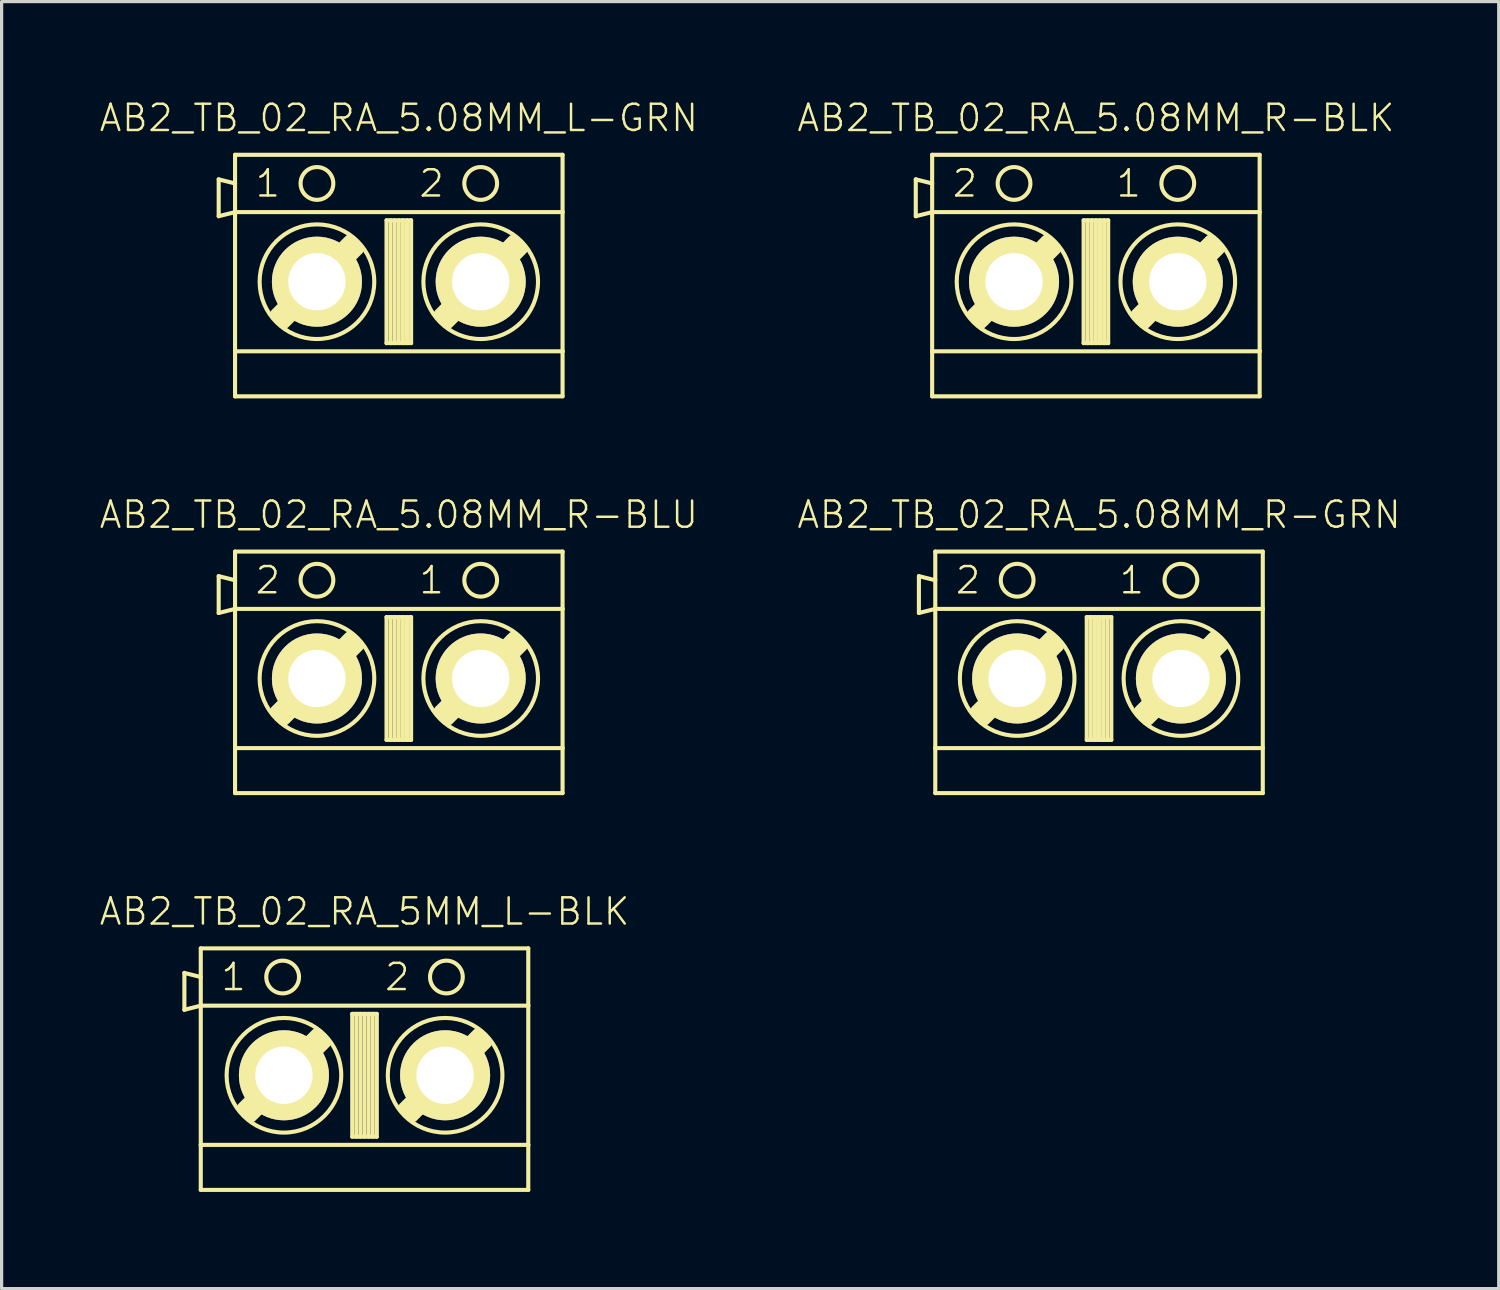
<source format=kicad_pcb>
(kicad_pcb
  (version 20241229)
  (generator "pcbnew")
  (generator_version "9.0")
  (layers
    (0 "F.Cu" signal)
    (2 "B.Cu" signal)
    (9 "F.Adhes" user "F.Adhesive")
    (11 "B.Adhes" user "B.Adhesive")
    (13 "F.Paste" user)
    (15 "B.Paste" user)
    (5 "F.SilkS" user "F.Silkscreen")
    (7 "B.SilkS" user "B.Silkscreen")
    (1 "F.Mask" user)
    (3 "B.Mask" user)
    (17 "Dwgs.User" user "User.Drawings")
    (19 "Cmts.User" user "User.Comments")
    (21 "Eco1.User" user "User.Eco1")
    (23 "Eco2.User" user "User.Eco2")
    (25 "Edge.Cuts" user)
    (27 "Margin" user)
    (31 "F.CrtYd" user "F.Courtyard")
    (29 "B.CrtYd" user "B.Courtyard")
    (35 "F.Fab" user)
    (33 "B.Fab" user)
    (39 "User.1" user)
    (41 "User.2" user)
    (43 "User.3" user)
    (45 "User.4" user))
  (footprint "AB2_TB_02_RA_5MM_L-BLK"
    (layer "F.Cu")
    (at 8.258 30.307)
    (property "Reference" "AB2_TB_02_RA_5MM_L-BLK" (at 0 -5.08 0) (layer "F.SilkS") (effects (font (size 0.813 0.813) (thickness 0.076))))
    (attr through_hole)
    (fp_line (start -5.588 -3.175) (end -5.08 -3.048) (stroke (width 0.127) (type solid)) (layer "F.SilkS"))
    (fp_line (start -5.588 -2.032) (end -5.588 -3.175) (stroke (width 0.127) (type solid)) (layer "F.SilkS"))
    (fp_line (start -5.08 -3.937) (end 5.08 -3.937) (stroke (width 0.127) (type solid)) (layer "F.SilkS"))
    (fp_line (start -5.08 -2.159) (end -5.588 -2.032) (stroke (width 0.127) (type solid)) (layer "F.SilkS"))
    (fp_line (start -5.08 -2.159) (end -5.08 -3.937) (stroke (width 0.127) (type solid)) (layer "F.SilkS"))
    (fp_line (start -5.08 -2.159) (end 5.08 -2.159) (stroke (width 0.127) (type solid)) (layer "F.SilkS"))
    (fp_line (start -5.08 2.159) (end -5.08 -2.159) (stroke (width 0.127) (type solid)) (layer "F.SilkS"))
    (fp_line (start -5.08 2.159) (end -5.08 3.556) (stroke (width 0.127) (type solid)) (layer "F.SilkS"))
    (fp_line (start -5.08 3.556) (end 5.08 3.556) (stroke (width 0.127) (type solid)) (layer "F.SilkS"))
    (fp_line (start -3.77 1.016) (end -1.484 -1.27) (stroke (width 0.381) (type solid)) (layer "F.SilkS"))
    (fp_line (start -3.643 1.143) (end -1.357 -1.143) (stroke (width 0.381) (type solid)) (layer "F.SilkS"))
    (fp_line (start -1.23 -1.016) (end -3.516 1.27) (stroke (width 0.381) (type solid)) (layer "F.SilkS"))
    (fp_line (start -0.381 -1.905) (end 0.381 -1.905) (stroke (width 0.127) (type solid)) (layer "F.SilkS"))
    (fp_line (start -0.381 1.905) (end -0.381 -1.905) (stroke (width 0.127) (type solid)) (layer "F.SilkS"))
    (fp_line (start -0.254 -1.905) (end -0.254 1.905) (stroke (width 0.127) (type solid)) (layer "F.SilkS"))
    (fp_line (start -0.127 -1.905) (end -0.127 1.905) (stroke (width 0.127) (type solid)) (layer "F.SilkS"))
    (fp_line (start 0 -1.905) (end 0 1.905) (stroke (width 0.127) (type solid)) (layer "F.SilkS"))
    (fp_line (start 0.127 -1.905) (end 0.127 1.905) (stroke (width 0.127) (type solid)) (layer "F.SilkS"))
    (fp_line (start 0.254 -1.905) (end 0.254 1.905) (stroke (width 0.127) (type solid)) (layer "F.SilkS"))
    (fp_line (start 0.381 -1.905) (end 0.381 1.905) (stroke (width 0.127) (type solid)) (layer "F.SilkS"))
    (fp_line (start 0.381 1.905) (end -0.381 1.905) (stroke (width 0.127) (type solid)) (layer "F.SilkS"))
    (fp_line (start 1.23 1.016) (end 3.516 -1.27) (stroke (width 0.381) (type solid)) (layer "F.SilkS"))
    (fp_line (start 1.357 1.143) (end 3.643 -1.143) (stroke (width 0.381) (type solid)) (layer "F.SilkS"))
    (fp_line (start 3.77 -1.016) (end 1.484 1.27) (stroke (width 0.381) (type solid)) (layer "F.SilkS"))
    (fp_line (start 5.08 -3.937) (end 5.08 -2.159) (stroke (width 0.127) (type solid)) (layer "F.SilkS"))
    (fp_line (start 5.08 -2.159) (end 5.08 2.159) (stroke (width 0.127) (type solid)) (layer "F.SilkS"))
    (fp_line (start 5.08 2.159) (end -5.08 2.159) (stroke (width 0.127) (type solid)) (layer "F.SilkS"))
    (fp_line (start 5.08 3.556) (end 5.08 2.159) (stroke (width 0.127) (type solid)) (layer "F.SilkS"))
    (fp_circle (center -2.54 -3.048) (end -2.54 -3.556) (stroke (width 0.127) (type solid)) (fill no) (layer "F.SilkS"))
    (fp_circle (center -2.5 0) (end -2.5 -1.778) (stroke (width 0.127) (type solid)) (fill no) (layer "F.SilkS"))
    (fp_circle (center 2.5 0) (end 2.5 -1.778) (stroke (width 0.127) (type solid)) (fill no) (layer "F.SilkS"))
    (fp_circle (center 2.54 -3.048) (end 2.54 -3.556) (stroke (width 0.127) (type solid)) (fill no) (layer "F.SilkS"))
    (fp_text user "1" (at -4.064 -3.048 0) (layer "F.SilkS") (effects (font (size 0.813 0.813) (thickness 0.076))))
    (fp_text user "2" (at 1.016 -3.048 0) (layer "F.SilkS") (effects (font (size 0.813 0.813) (thickness 0.076))))
    (pad "1" thru_hole circle (at -2.5 0) (size 2.794 2.794) (drill 1.778) (layers "*.Cu" "*.Mask" "F.SilkS"))
    (pad "2" thru_hole circle (at 2.5 0) (size 2.794 2.794) (drill 1.778) (layers "*.Cu" "*.Mask" "F.SilkS")))
  (footprint "AB2_TB_02_RA_5.08MM_R-GRN"
    (layer "F.Cu")
    (at 31.044 17.998)
    (property "Reference" "AB2_TB_02_RA_5.08MM_R-GRN" (at 0 -5.08 0) (layer "F.SilkS") (effects (font (size 0.813 0.813) (thickness 0.076))))
    (attr through_hole)
    (fp_line (start -5.588 -3.175) (end -5.08 -3.048) (stroke (width 0.127) (type solid)) (layer "F.SilkS"))
    (fp_line (start -5.588 -2.032) (end -5.588 -3.175) (stroke (width 0.127) (type solid)) (layer "F.SilkS"))
    (fp_line (start -5.08 -3.937) (end 5.08 -3.937) (stroke (width 0.127) (type solid)) (layer "F.SilkS"))
    (fp_line (start -5.08 -2.159) (end -5.588 -2.032) (stroke (width 0.127) (type solid)) (layer "F.SilkS"))
    (fp_line (start -5.08 -2.159) (end -5.08 -3.937) (stroke (width 0.127) (type solid)) (layer "F.SilkS"))
    (fp_line (start -5.08 -2.159) (end 5.08 -2.159) (stroke (width 0.127) (type solid)) (layer "F.SilkS"))
    (fp_line (start -5.08 2.159) (end -5.08 -2.159) (stroke (width 0.127) (type solid)) (layer "F.SilkS"))
    (fp_line (start -5.08 2.159) (end -5.08 3.556) (stroke (width 0.127) (type solid)) (layer "F.SilkS"))
    (fp_line (start -5.08 3.556) (end 5.08 3.556) (stroke (width 0.127) (type solid)) (layer "F.SilkS"))
    (fp_line (start -3.81 1.016) (end -1.524 -1.27) (stroke (width 0.381) (type solid)) (layer "F.SilkS"))
    (fp_line (start -3.683 1.143) (end -1.397 -1.143) (stroke (width 0.381) (type solid)) (layer "F.SilkS"))
    (fp_line (start -1.27 -1.016) (end -3.556 1.27) (stroke (width 0.381) (type solid)) (layer "F.SilkS"))
    (fp_line (start -0.381 -1.905) (end 0.381 -1.905) (stroke (width 0.127) (type solid)) (layer "F.SilkS"))
    (fp_line (start -0.381 1.905) (end -0.381 -1.905) (stroke (width 0.127) (type solid)) (layer "F.SilkS"))
    (fp_line (start -0.254 -1.905) (end -0.254 1.905) (stroke (width 0.127) (type solid)) (layer "F.SilkS"))
    (fp_line (start -0.127 -1.905) (end -0.127 1.905) (stroke (width 0.127) (type solid)) (layer "F.SilkS"))
    (fp_line (start 0 -1.905) (end 0 1.905) (stroke (width 0.127) (type solid)) (layer "F.SilkS"))
    (fp_line (start 0.127 -1.905) (end 0.127 1.905) (stroke (width 0.127) (type solid)) (layer "F.SilkS"))
    (fp_line (start 0.254 -1.905) (end 0.254 1.905) (stroke (width 0.127) (type solid)) (layer "F.SilkS"))
    (fp_line (start 0.381 -1.905) (end 0.381 1.905) (stroke (width 0.127) (type solid)) (layer "F.SilkS"))
    (fp_line (start 0.381 1.905) (end -0.381 1.905) (stroke (width 0.127) (type solid)) (layer "F.SilkS"))
    (fp_line (start 1.27 1.016) (end 3.556 -1.27) (stroke (width 0.381) (type solid)) (layer "F.SilkS"))
    (fp_line (start 1.397 1.143) (end 3.683 -1.143) (stroke (width 0.381) (type solid)) (layer "F.SilkS"))
    (fp_line (start 3.81 -1.016) (end 1.524 1.27) (stroke (width 0.381) (type solid)) (layer "F.SilkS"))
    (fp_line (start 5.08 -3.937) (end 5.08 -2.159) (stroke (width 0.127) (type solid)) (layer "F.SilkS"))
    (fp_line (start 5.08 -2.159) (end 5.08 2.159) (stroke (width 0.127) (type solid)) (layer "F.SilkS"))
    (fp_line (start 5.08 2.159) (end -5.08 2.159) (stroke (width 0.127) (type solid)) (layer "F.SilkS"))
    (fp_line (start 5.08 3.556) (end 5.08 2.159) (stroke (width 0.127) (type solid)) (layer "F.SilkS"))
    (fp_circle (center -2.54 -3.048) (end -2.54 -3.556) (stroke (width 0.127) (type solid)) (fill no) (layer "F.SilkS"))
    (fp_circle (center -2.54 0) (end -2.54 -1.778) (stroke (width 0.127) (type solid)) (fill no) (layer "F.SilkS"))
    (fp_circle (center 2.54 -3.048) (end 2.54 -3.556) (stroke (width 0.127) (type solid)) (fill no) (layer "F.SilkS"))
    (fp_circle (center 2.54 0) (end 2.54 -1.778) (stroke (width 0.127) (type solid)) (fill no) (layer "F.SilkS"))
    (fp_text user "2" (at -4.064 -3.048 0) (layer "F.SilkS") (effects (font (size 0.813 0.813) (thickness 0.076))))
    (fp_text user "1" (at 1.016 -3.048 0) (layer "F.SilkS") (effects (font (size 0.813 0.813) (thickness 0.076))))
    (pad "1" thru_hole circle (at 2.54 0) (size 2.794 2.794) (drill 1.778) (layers "*.Cu" "*.Mask" "F.SilkS"))
    (pad "2" thru_hole circle (at -2.54 0) (size 2.794 2.794) (drill 1.778) (layers "*.Cu" "*.Mask" "F.SilkS")))
  (footprint "AB2_TB_02_RA_5.08MM_R-BLK"
    (layer "F.Cu")
    (at 30.947 5.689)
    (property "Reference" "AB2_TB_02_RA_5.08MM_R-BLK" (at 0 -5.08 0) (layer "F.SilkS") (effects (font (size 0.813 0.813) (thickness 0.076))))
    (attr through_hole)
    (fp_line (start -5.588 -3.175) (end -5.08 -3.048) (stroke (width 0.127) (type solid)) (layer "F.SilkS"))
    (fp_line (start -5.588 -2.032) (end -5.588 -3.175) (stroke (width 0.127) (type solid)) (layer "F.SilkS"))
    (fp_line (start -5.08 -3.937) (end 5.08 -3.937) (stroke (width 0.127) (type solid)) (layer "F.SilkS"))
    (fp_line (start -5.08 -2.159) (end -5.588 -2.032) (stroke (width 0.127) (type solid)) (layer "F.SilkS"))
    (fp_line (start -5.08 -2.159) (end -5.08 -3.937) (stroke (width 0.127) (type solid)) (layer "F.SilkS"))
    (fp_line (start -5.08 -2.159) (end 5.08 -2.159) (stroke (width 0.127) (type solid)) (layer "F.SilkS"))
    (fp_line (start -5.08 2.159) (end -5.08 -2.159) (stroke (width 0.127) (type solid)) (layer "F.SilkS"))
    (fp_line (start -5.08 2.159) (end -5.08 3.556) (stroke (width 0.127) (type solid)) (layer "F.SilkS"))
    (fp_line (start -5.08 3.556) (end 5.08 3.556) (stroke (width 0.127) (type solid)) (layer "F.SilkS"))
    (fp_line (start -3.81 1.016) (end -1.524 -1.27) (stroke (width 0.381) (type solid)) (layer "F.SilkS"))
    (fp_line (start -3.683 1.143) (end -1.397 -1.143) (stroke (width 0.381) (type solid)) (layer "F.SilkS"))
    (fp_line (start -1.27 -1.016) (end -3.556 1.27) (stroke (width 0.381) (type solid)) (layer "F.SilkS"))
    (fp_line (start -0.381 -1.905) (end 0.381 -1.905) (stroke (width 0.127) (type solid)) (layer "F.SilkS"))
    (fp_line (start -0.381 1.905) (end -0.381 -1.905) (stroke (width 0.127) (type solid)) (layer "F.SilkS"))
    (fp_line (start -0.254 -1.905) (end -0.254 1.905) (stroke (width 0.127) (type solid)) (layer "F.SilkS"))
    (fp_line (start -0.127 -1.905) (end -0.127 1.905) (stroke (width 0.127) (type solid)) (layer "F.SilkS"))
    (fp_line (start 0 -1.905) (end 0 1.905) (stroke (width 0.127) (type solid)) (layer "F.SilkS"))
    (fp_line (start 0.127 -1.905) (end 0.127 1.905) (stroke (width 0.127) (type solid)) (layer "F.SilkS"))
    (fp_line (start 0.254 -1.905) (end 0.254 1.905) (stroke (width 0.127) (type solid)) (layer "F.SilkS"))
    (fp_line (start 0.381 -1.905) (end 0.381 1.905) (stroke (width 0.127) (type solid)) (layer "F.SilkS"))
    (fp_line (start 0.381 1.905) (end -0.381 1.905) (stroke (width 0.127) (type solid)) (layer "F.SilkS"))
    (fp_line (start 1.27 1.016) (end 3.556 -1.27) (stroke (width 0.381) (type solid)) (layer "F.SilkS"))
    (fp_line (start 1.397 1.143) (end 3.683 -1.143) (stroke (width 0.381) (type solid)) (layer "F.SilkS"))
    (fp_line (start 3.81 -1.016) (end 1.524 1.27) (stroke (width 0.381) (type solid)) (layer "F.SilkS"))
    (fp_line (start 5.08 -3.937) (end 5.08 -2.159) (stroke (width 0.127) (type solid)) (layer "F.SilkS"))
    (fp_line (start 5.08 -2.159) (end 5.08 2.159) (stroke (width 0.127) (type solid)) (layer "F.SilkS"))
    (fp_line (start 5.08 2.159) (end -5.08 2.159) (stroke (width 0.127) (type solid)) (layer "F.SilkS"))
    (fp_line (start 5.08 3.556) (end 5.08 2.159) (stroke (width 0.127) (type solid)) (layer "F.SilkS"))
    (fp_circle (center -2.54 -3.048) (end -2.54 -3.556) (stroke (width 0.127) (type solid)) (fill no) (layer "F.SilkS"))
    (fp_circle (center -2.54 0) (end -2.54 -1.778) (stroke (width 0.127) (type solid)) (fill no) (layer "F.SilkS"))
    (fp_circle (center 2.54 -3.048) (end 2.54 -3.556) (stroke (width 0.127) (type solid)) (fill no) (layer "F.SilkS"))
    (fp_circle (center 2.54 0) (end 2.54 -1.778) (stroke (width 0.127) (type solid)) (fill no) (layer "F.SilkS"))
    (fp_text user "1" (at 1.016 -3.048 0) (layer "F.SilkS") (effects (font (size 0.813 0.813) (thickness 0.076))))
    (fp_text user "2" (at -4.064 -3.048 0) (layer "F.SilkS") (effects (font (size 0.813 0.813) (thickness 0.076))))
    (pad "1" thru_hole circle (at 2.54 0) (size 2.794 2.794) (drill 1.778) (layers "*.Cu" "*.Mask" "F.SilkS"))
    (pad "2" thru_hole circle (at -2.54 0) (size 2.794 2.794) (drill 1.778) (layers "*.Cu" "*.Mask" "F.SilkS")))
  (footprint "AB2_TB_02_RA_5.08MM_L-GRN"
    (layer "F.Cu")
    (at 9.322 5.689)
    (property "Reference" "AB2_TB_02_RA_5.08MM_L-GRN" (at 0 -5.08 0) (layer "F.SilkS") (effects (font (size 0.813 0.813) (thickness 0.076))))
    (attr through_hole)
    (fp_line (start -5.588 -3.175) (end -5.08 -3.048) (stroke (width 0.127) (type solid)) (layer "F.SilkS"))
    (fp_line (start -5.588 -2.032) (end -5.588 -3.175) (stroke (width 0.127) (type solid)) (layer "F.SilkS"))
    (fp_line (start -5.08 -3.937) (end 5.08 -3.937) (stroke (width 0.127) (type solid)) (layer "F.SilkS"))
    (fp_line (start -5.08 -2.159) (end -5.588 -2.032) (stroke (width 0.127) (type solid)) (layer "F.SilkS"))
    (fp_line (start -5.08 -2.159) (end -5.08 -3.937) (stroke (width 0.127) (type solid)) (layer "F.SilkS"))
    (fp_line (start -5.08 -2.159) (end 5.08 -2.159) (stroke (width 0.127) (type solid)) (layer "F.SilkS"))
    (fp_line (start -5.08 2.159) (end -5.08 -2.159) (stroke (width 0.127) (type solid)) (layer "F.SilkS"))
    (fp_line (start -5.08 2.159) (end -5.08 3.556) (stroke (width 0.127) (type solid)) (layer "F.SilkS"))
    (fp_line (start -5.08 3.556) (end 5.08 3.556) (stroke (width 0.127) (type solid)) (layer "F.SilkS"))
    (fp_line (start -3.81 1.016) (end -1.524 -1.27) (stroke (width 0.381) (type solid)) (layer "F.SilkS"))
    (fp_line (start -3.683 1.143) (end -1.397 -1.143) (stroke (width 0.381) (type solid)) (layer "F.SilkS"))
    (fp_line (start -1.27 -1.016) (end -3.556 1.27) (stroke (width 0.381) (type solid)) (layer "F.SilkS"))
    (fp_line (start -0.381 -1.905) (end 0.381 -1.905) (stroke (width 0.127) (type solid)) (layer "F.SilkS"))
    (fp_line (start -0.381 1.905) (end -0.381 -1.905) (stroke (width 0.127) (type solid)) (layer "F.SilkS"))
    (fp_line (start -0.254 -1.905) (end -0.254 1.905) (stroke (width 0.127) (type solid)) (layer "F.SilkS"))
    (fp_line (start -0.127 -1.905) (end -0.127 1.905) (stroke (width 0.127) (type solid)) (layer "F.SilkS"))
    (fp_line (start 0 -1.905) (end 0 1.905) (stroke (width 0.127) (type solid)) (layer "F.SilkS"))
    (fp_line (start 0.127 -1.905) (end 0.127 1.905) (stroke (width 0.127) (type solid)) (layer "F.SilkS"))
    (fp_line (start 0.254 -1.905) (end 0.254 1.905) (stroke (width 0.127) (type solid)) (layer "F.SilkS"))
    (fp_line (start 0.381 -1.905) (end 0.381 1.905) (stroke (width 0.127) (type solid)) (layer "F.SilkS"))
    (fp_line (start 0.381 1.905) (end -0.381 1.905) (stroke (width 0.127) (type solid)) (layer "F.SilkS"))
    (fp_line (start 1.27 1.016) (end 3.556 -1.27) (stroke (width 0.381) (type solid)) (layer "F.SilkS"))
    (fp_line (start 1.397 1.143) (end 3.683 -1.143) (stroke (width 0.381) (type solid)) (layer "F.SilkS"))
    (fp_line (start 3.81 -1.016) (end 1.524 1.27) (stroke (width 0.381) (type solid)) (layer "F.SilkS"))
    (fp_line (start 5.08 -3.937) (end 5.08 -2.159) (stroke (width 0.127) (type solid)) (layer "F.SilkS"))
    (fp_line (start 5.08 -2.159) (end 5.08 2.159) (stroke (width 0.127) (type solid)) (layer "F.SilkS"))
    (fp_line (start 5.08 2.159) (end -5.08 2.159) (stroke (width 0.127) (type solid)) (layer "F.SilkS"))
    (fp_line (start 5.08 3.556) (end 5.08 2.159) (stroke (width 0.127) (type solid)) (layer "F.SilkS"))
    (fp_circle (center -2.54 -3.048) (end -2.54 -3.556) (stroke (width 0.127) (type solid)) (fill no) (layer "F.SilkS"))
    (fp_circle (center -2.54 0) (end -2.54 -1.778) (stroke (width 0.127) (type solid)) (fill no) (layer "F.SilkS"))
    (fp_circle (center 2.54 -3.048) (end 2.54 -3.556) (stroke (width 0.127) (type solid)) (fill no) (layer "F.SilkS"))
    (fp_circle (center 2.54 0) (end 2.54 -1.778) (stroke (width 0.127) (type solid)) (fill no) (layer "F.SilkS"))
    (fp_text user "1" (at -4.064 -3.048 0) (layer "F.SilkS") (effects (font (size 0.813 0.813) (thickness 0.076))))
    (fp_text user "2" (at 1.016 -3.048 0) (layer "F.SilkS") (effects (font (size 0.813 0.813) (thickness 0.076))))
    (pad "1" thru_hole circle (at -2.54 0) (size 2.794 2.794) (drill 1.778) (layers "*.Cu" "*.Mask" "F.SilkS"))
    (pad "2" thru_hole circle (at 2.54 0) (size 2.794 2.794) (drill 1.778) (layers "*.Cu" "*.Mask" "F.SilkS")))
  (footprint "AB2_TB_02_RA_5.08MM_R-BLU"
    (layer "F.Cu")
    (at 9.322 17.998)
    (property "Reference" "AB2_TB_02_RA_5.08MM_R-BLU" (at 0 -5.08 0) (layer "F.SilkS") (effects (font (size 0.813 0.813) (thickness 0.076))))
    (attr through_hole)
    (fp_line (start -5.588 -3.175) (end -5.08 -3.048) (stroke (width 0.127) (type solid)) (layer "F.SilkS"))
    (fp_line (start -5.588 -2.032) (end -5.588 -3.175) (stroke (width 0.127) (type solid)) (layer "F.SilkS"))
    (fp_line (start -5.08 -3.937) (end 5.08 -3.937) (stroke (width 0.127) (type solid)) (layer "F.SilkS"))
    (fp_line (start -5.08 -2.159) (end -5.588 -2.032) (stroke (width 0.127) (type solid)) (layer "F.SilkS"))
    (fp_line (start -5.08 -2.159) (end -5.08 -3.937) (stroke (width 0.127) (type solid)) (layer "F.SilkS"))
    (fp_line (start -5.08 -2.159) (end 5.08 -2.159) (stroke (width 0.127) (type solid)) (layer "F.SilkS"))
    (fp_line (start -5.08 2.159) (end -5.08 -2.159) (stroke (width 0.127) (type solid)) (layer "F.SilkS"))
    (fp_line (start -5.08 2.159) (end -5.08 3.556) (stroke (width 0.127) (type solid)) (layer "F.SilkS"))
    (fp_line (start -5.08 3.556) (end 5.08 3.556) (stroke (width 0.127) (type solid)) (layer "F.SilkS"))
    (fp_line (start -3.81 1.016) (end -1.524 -1.27) (stroke (width 0.381) (type solid)) (layer "F.SilkS"))
    (fp_line (start -3.683 1.143) (end -1.397 -1.143) (stroke (width 0.381) (type solid)) (layer "F.SilkS"))
    (fp_line (start -1.27 -1.016) (end -3.556 1.27) (stroke (width 0.381) (type solid)) (layer "F.SilkS"))
    (fp_line (start -0.381 -1.905) (end 0.381 -1.905) (stroke (width 0.127) (type solid)) (layer "F.SilkS"))
    (fp_line (start -0.381 1.905) (end -0.381 -1.905) (stroke (width 0.127) (type solid)) (layer "F.SilkS"))
    (fp_line (start -0.254 -1.905) (end -0.254 1.905) (stroke (width 0.127) (type solid)) (layer "F.SilkS"))
    (fp_line (start -0.127 -1.905) (end -0.127 1.905) (stroke (width 0.127) (type solid)) (layer "F.SilkS"))
    (fp_line (start 0 -1.905) (end 0 1.905) (stroke (width 0.127) (type solid)) (layer "F.SilkS"))
    (fp_line (start 0.127 -1.905) (end 0.127 1.905) (stroke (width 0.127) (type solid)) (layer "F.SilkS"))
    (fp_line (start 0.254 -1.905) (end 0.254 1.905) (stroke (width 0.127) (type solid)) (layer "F.SilkS"))
    (fp_line (start 0.381 -1.905) (end 0.381 1.905) (stroke (width 0.127) (type solid)) (layer "F.SilkS"))
    (fp_line (start 0.381 1.905) (end -0.381 1.905) (stroke (width 0.127) (type solid)) (layer "F.SilkS"))
    (fp_line (start 1.27 1.016) (end 3.556 -1.27) (stroke (width 0.381) (type solid)) (layer "F.SilkS"))
    (fp_line (start 1.397 1.143) (end 3.683 -1.143) (stroke (width 0.381) (type solid)) (layer "F.SilkS"))
    (fp_line (start 3.81 -1.016) (end 1.524 1.27) (stroke (width 0.381) (type solid)) (layer "F.SilkS"))
    (fp_line (start 5.08 -3.937) (end 5.08 -2.159) (stroke (width 0.127) (type solid)) (layer "F.SilkS"))
    (fp_line (start 5.08 -2.159) (end 5.08 2.159) (stroke (width 0.127) (type solid)) (layer "F.SilkS"))
    (fp_line (start 5.08 2.159) (end -5.08 2.159) (stroke (width 0.127) (type solid)) (layer "F.SilkS"))
    (fp_line (start 5.08 3.556) (end 5.08 2.159) (stroke (width 0.127) (type solid)) (layer "F.SilkS"))
    (fp_circle (center -2.54 -3.048) (end -2.54 -3.556) (stroke (width 0.127) (type solid)) (fill no) (layer "F.SilkS"))
    (fp_circle (center -2.54 0) (end -2.54 -1.778) (stroke (width 0.127) (type solid)) (fill no) (layer "F.SilkS"))
    (fp_circle (center 2.54 -3.048) (end 2.54 -3.556) (stroke (width 0.127) (type solid)) (fill no) (layer "F.SilkS"))
    (fp_circle (center 2.54 0) (end 2.54 -1.778) (stroke (width 0.127) (type solid)) (fill no) (layer "F.SilkS"))
    (fp_text user "1" (at 1.016 -3.048 0) (layer "F.SilkS") (effects (font (size 0.813 0.813) (thickness 0.076))))
    (fp_text user "2" (at -4.064 -3.048 0) (layer "F.SilkS") (effects (font (size 0.813 0.813) (thickness 0.076))))
    (pad "1" thru_hole circle (at 2.54 0) (size 2.794 2.794) (drill 1.778) (layers "*.Cu" "*.Mask" "F.SilkS"))
    (pad "2" thru_hole circle (at -2.54 0) (size 2.794 2.794) (drill 1.778) (layers "*.Cu" "*.Mask" "F.SilkS")))
  (gr_rect
    (start -3 -3)
    (end 43.443 36.926)
    (stroke (width 0.1) (type default))
    (fill no)
    (layer "Edge.Cuts")))
</source>
